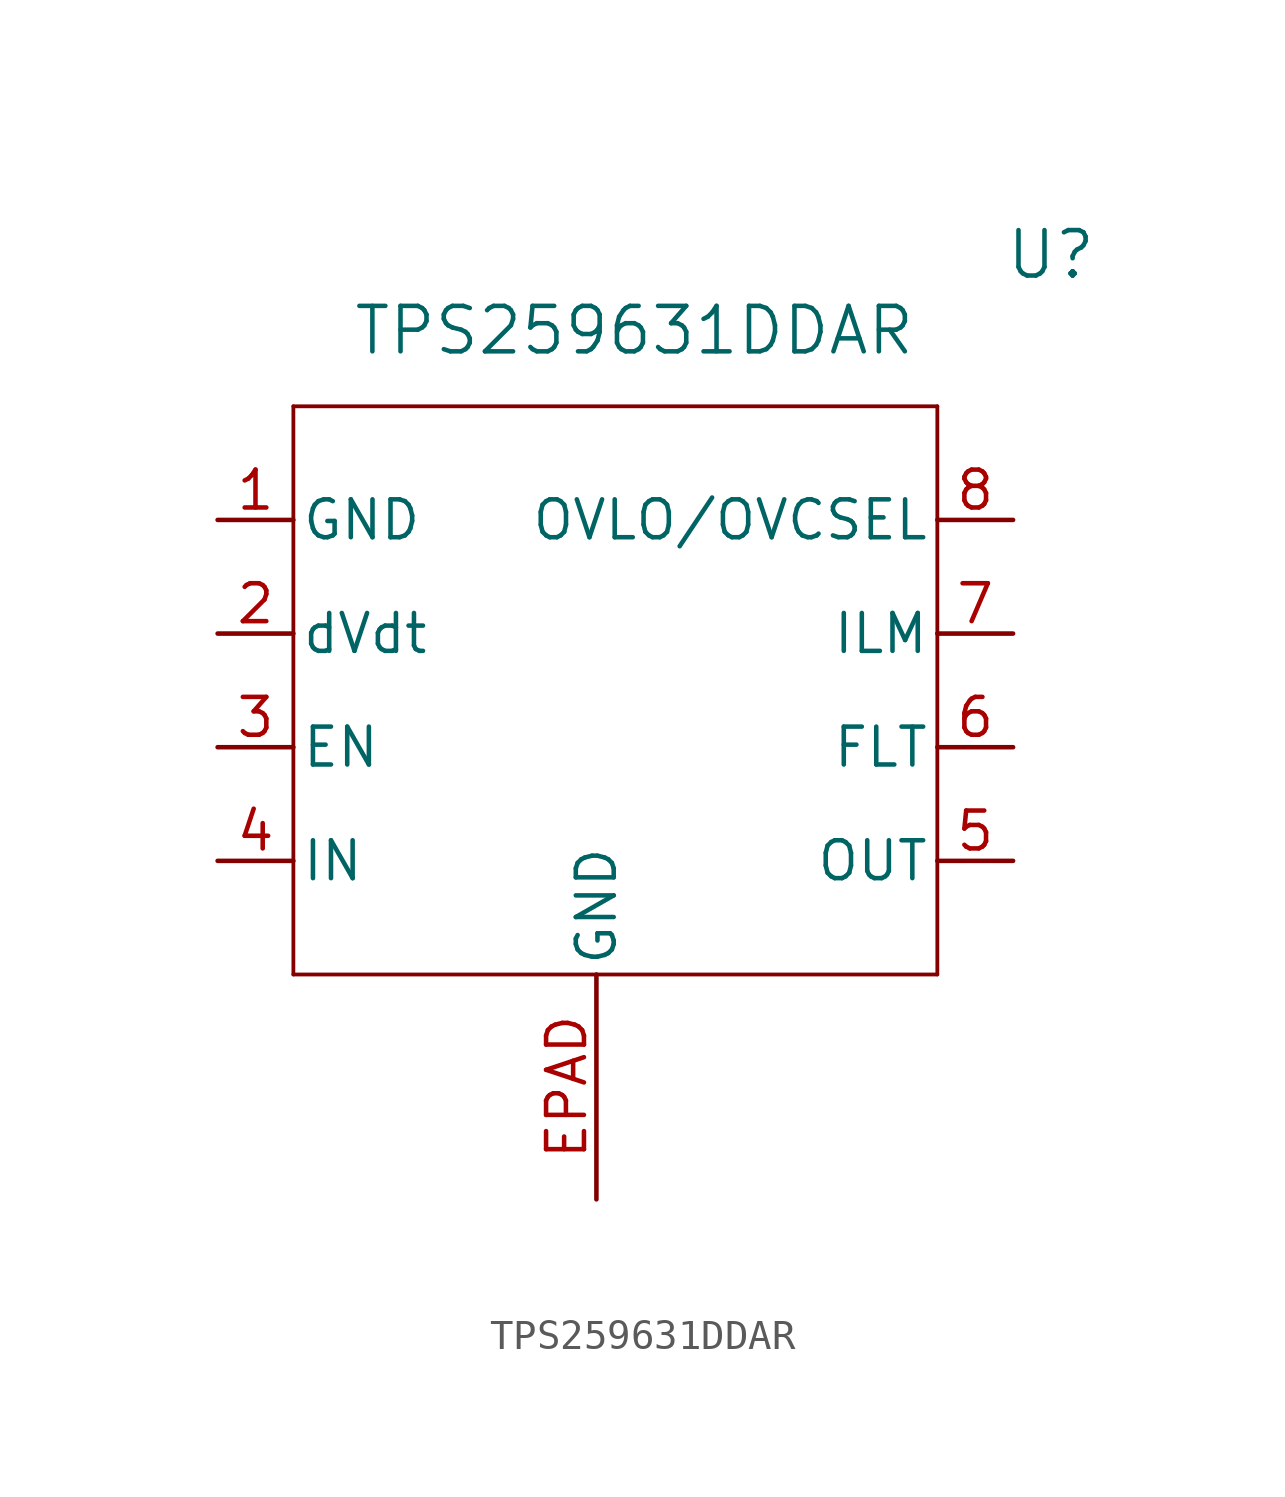
<source format=kicad_sym>
(kicad_symbol_lib
  (version 20220914)
  (generator kicad_symbol_editor)
  (symbol "TPS259631DDAR"
    (pin_names
      (offset 0.254))
    (property "Reference" "U"
      (at 33.02 10.16 0)
      (effects (font (size 1.524 1.524))))
    (property "Value" "TPS259631DDAR"
      (at 19.05 7.62 0)
      (effects (font (size 1.524 1.524))))
    (property "ki_locked" ""
      (at 0 0 0)
      (effects (font (size 1.27 1.27))))
    (symbol "TPS259631DDAR_0_1"
      (polyline (pts (xy 7.62 -13.97) (xy 29.21 -13.97)) (stroke (width 0.127) (type default)) (fill (type none)))
      (polyline (pts (xy 7.62 5.08) (xy 7.62 -13.97)) (stroke (width 0.127) (type default)) (fill (type none)))
      (polyline (pts (xy 29.21 -13.97) (xy 29.21 5.08)) (stroke (width 0.127) (type default)) (fill (type none)))
      (polyline (pts (xy 29.21 5.08) (xy 7.62 5.08)) (stroke (width 0.127) (type default)) (fill (type none))))
    (symbol "TPS259631DDAR_1_1"
      (pin power_out line (at 5.08 1.27 0) (length 2.54) (name "GND" (effects (font (size 1.27 1.27)))) (number "1" (effects (font (size 1.27 1.27)))))
      (pin unspecified line (at 5.08 -2.54 0) (length 2.54) (name "dVdt" (effects (font (size 1.27 1.27)))) (number "2" (effects (font (size 1.27 1.27)))))
      (pin input line (at 5.08 -6.35 0) (length 2.54) (name "EN" (effects (font (size 1.27 1.27)))) (number "3" (effects (font (size 1.27 1.27)))))
      (pin input line (at 5.08 -10.16 0) (length 2.54) (name "IN" (effects (font (size 1.27 1.27)))) (number "4" (effects (font (size 1.27 1.27)))))
      (pin output line (at 31.75 -10.16 180) (length 2.54) (name "OUT" (effects (font (size 1.27 1.27)))) (number "5" (effects (font (size 1.27 1.27)))))
      (pin unspecified line (at 31.75 -6.35 180) (length 2.54) (name "FLT" (effects (font (size 1.27 1.27)))) (number "6" (effects (font (size 1.27 1.27)))))
      (pin unspecified line (at 31.75 -2.54 180) (length 2.54) (name "ILM" (effects (font (size 1.27 1.27)))) (number "7" (effects (font (size 1.27 1.27)))))
      (pin unspecified line (at 31.75 1.27 180) (length 2.54) (name "OVLO/OVCSEL" (effects (font (size 1.27 1.27)))) (number "8" (effects (font (size 1.27 1.27)))))
      (pin power_out line (at 17.78 -21.51 90) (length 7.54) (name "GND" (effects (font (size 1.27 1.27)))) (number "EPAD" (effects (font (size 1.27 1.27))))))))
</source>
